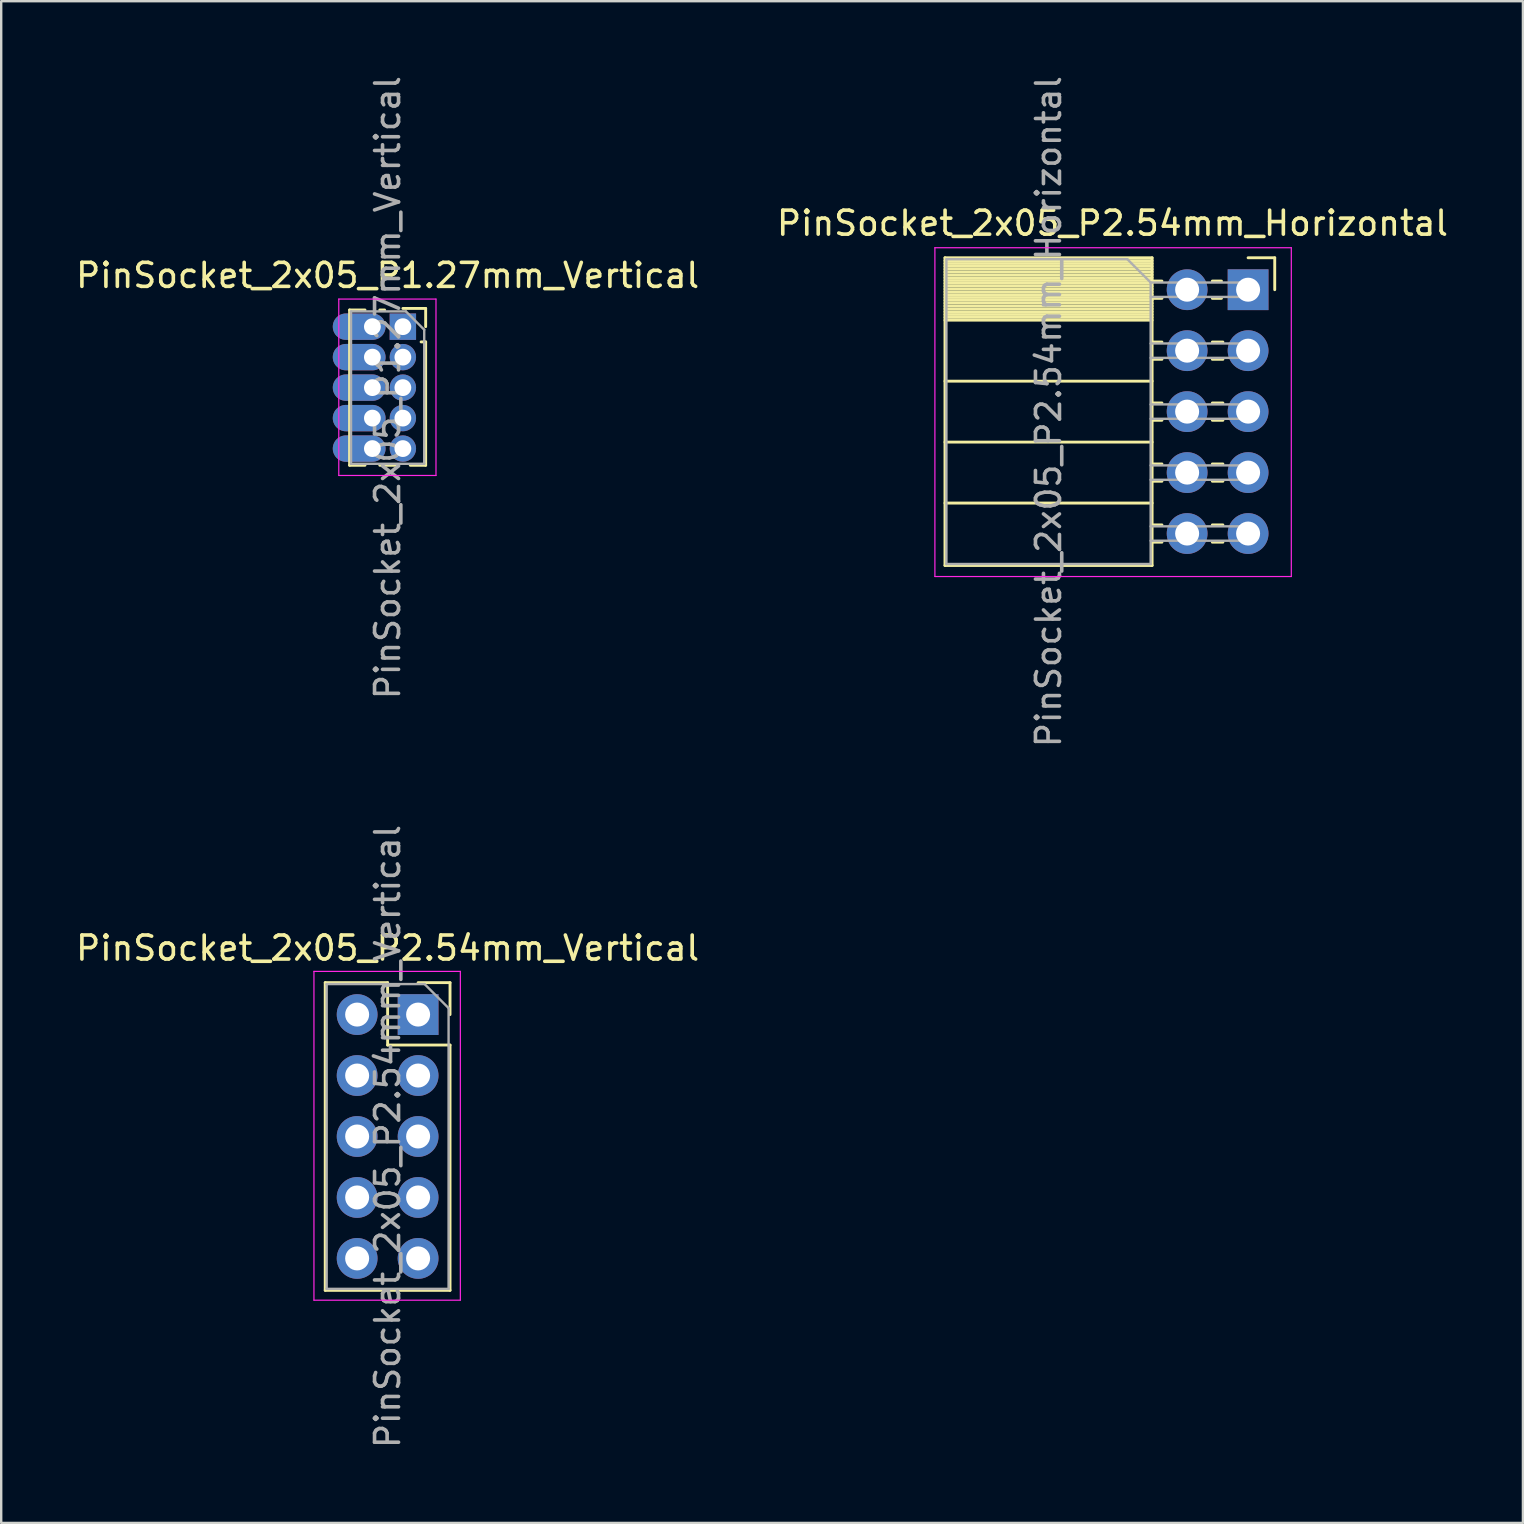
<source format=kicad_pcb>
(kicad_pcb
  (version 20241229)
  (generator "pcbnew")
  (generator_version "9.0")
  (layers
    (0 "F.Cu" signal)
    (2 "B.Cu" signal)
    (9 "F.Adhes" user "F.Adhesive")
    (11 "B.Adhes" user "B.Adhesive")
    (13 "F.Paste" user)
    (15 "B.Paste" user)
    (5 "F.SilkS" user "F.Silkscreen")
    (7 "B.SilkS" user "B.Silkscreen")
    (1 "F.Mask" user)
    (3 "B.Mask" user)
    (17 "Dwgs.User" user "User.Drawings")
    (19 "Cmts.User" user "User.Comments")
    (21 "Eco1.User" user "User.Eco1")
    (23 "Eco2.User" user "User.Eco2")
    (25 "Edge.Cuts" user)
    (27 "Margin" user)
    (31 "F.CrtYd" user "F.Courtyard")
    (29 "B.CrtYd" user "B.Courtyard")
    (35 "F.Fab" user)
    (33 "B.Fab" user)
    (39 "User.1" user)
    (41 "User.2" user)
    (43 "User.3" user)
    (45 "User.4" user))
  (footprint "PinSocket_2x05_P2.54mm_Horizontal"
    (layer "F.Cu")
    (at 48.954 9.021)
    (property "Reference" "PinSocket_2x05_P2.54mm_Horizontal" (at -5.65 -2.77 0) (layer "F.SilkS") (effects (font (size 1 1) (thickness 0.15))))
    (attr through_hole)
    (fp_line (start -12.63 -1.33) (end -12.63 11.49) (stroke (width 0.12) (type solid)) (layer "F.SilkS"))
    (fp_line (start -12.63 -1.33) (end -4 -1.33) (stroke (width 0.12) (type solid)) (layer "F.SilkS"))
    (fp_line (start -12.63 -1.21) (end -4 -1.21) (stroke (width 0.12) (type solid)) (layer "F.SilkS"))
    (fp_line (start -12.63 -1.092) (end -4 -1.092) (stroke (width 0.12) (type solid)) (layer "F.SilkS"))
    (fp_line (start -12.63 -0.974) (end -4 -0.974) (stroke (width 0.12) (type solid)) (layer "F.SilkS"))
    (fp_line (start -12.63 -0.856) (end -4 -0.856) (stroke (width 0.12) (type solid)) (layer "F.SilkS"))
    (fp_line (start -12.63 -0.738) (end -4 -0.738) (stroke (width 0.12) (type solid)) (layer "F.SilkS"))
    (fp_line (start -12.63 -0.62) (end -4 -0.62) (stroke (width 0.12) (type solid)) (layer "F.SilkS"))
    (fp_line (start -12.63 -0.501) (end -4 -0.501) (stroke (width 0.12) (type solid)) (layer "F.SilkS"))
    (fp_line (start -12.63 -0.383) (end -4 -0.383) (stroke (width 0.12) (type solid)) (layer "F.SilkS"))
    (fp_line (start -12.63 -0.265) (end -4 -0.265) (stroke (width 0.12) (type solid)) (layer "F.SilkS"))
    (fp_line (start -12.63 -0.147) (end -4 -0.147) (stroke (width 0.12) (type solid)) (layer "F.SilkS"))
    (fp_line (start -12.63 -0.029) (end -4 -0.029) (stroke (width 0.12) (type solid)) (layer "F.SilkS"))
    (fp_line (start -12.63 0.089) (end -4 0.089) (stroke (width 0.12) (type solid)) (layer "F.SilkS"))
    (fp_line (start -12.63 0.207) (end -4 0.207) (stroke (width 0.12) (type solid)) (layer "F.SilkS"))
    (fp_line (start -12.63 0.325) (end -4 0.325) (stroke (width 0.12) (type solid)) (layer "F.SilkS"))
    (fp_line (start -12.63 0.443) (end -4 0.443) (stroke (width 0.12) (type solid)) (layer "F.SilkS"))
    (fp_line (start -12.63 0.561) (end -4 0.561) (stroke (width 0.12) (type solid)) (layer "F.SilkS"))
    (fp_line (start -12.63 0.68) (end -4 0.68) (stroke (width 0.12) (type solid)) (layer "F.SilkS"))
    (fp_line (start -12.63 0.798) (end -4 0.798) (stroke (width 0.12) (type solid)) (layer "F.SilkS"))
    (fp_line (start -12.63 0.916) (end -4 0.916) (stroke (width 0.12) (type solid)) (layer "F.SilkS"))
    (fp_line (start -12.63 1.034) (end -4 1.034) (stroke (width 0.12) (type solid)) (layer "F.SilkS"))
    (fp_line (start -12.63 1.152) (end -4 1.152) (stroke (width 0.12) (type solid)) (layer "F.SilkS"))
    (fp_line (start -12.63 1.27) (end -4 1.27) (stroke (width 0.12) (type solid)) (layer "F.SilkS"))
    (fp_line (start -12.63 3.81) (end -4 3.81) (stroke (width 0.12) (type solid)) (layer "F.SilkS"))
    (fp_line (start -12.63 6.35) (end -4 6.35) (stroke (width 0.12) (type solid)) (layer "F.SilkS"))
    (fp_line (start -12.63 8.89) (end -4 8.89) (stroke (width 0.12) (type solid)) (layer "F.SilkS"))
    (fp_line (start -12.63 11.49) (end -4 11.49) (stroke (width 0.12) (type solid)) (layer "F.SilkS"))
    (fp_line (start -4 -1.33) (end -4 11.49) (stroke (width 0.12) (type solid)) (layer "F.SilkS"))
    (fp_line (start -4 -0.36) (end -3.59 -0.36) (stroke (width 0.12) (type solid)) (layer "F.SilkS"))
    (fp_line (start -4 0.36) (end -3.59 0.36) (stroke (width 0.12) (type solid)) (layer "F.SilkS"))
    (fp_line (start -4 2.18) (end -3.59 2.18) (stroke (width 0.12) (type solid)) (layer "F.SilkS"))
    (fp_line (start -4 2.9) (end -3.59 2.9) (stroke (width 0.12) (type solid)) (layer "F.SilkS"))
    (fp_line (start -4 4.72) (end -3.59 4.72) (stroke (width 0.12) (type solid)) (layer "F.SilkS"))
    (fp_line (start -4 5.44) (end -3.59 5.44) (stroke (width 0.12) (type solid)) (layer "F.SilkS"))
    (fp_line (start -4 7.26) (end -3.59 7.26) (stroke (width 0.12) (type solid)) (layer "F.SilkS"))
    (fp_line (start -4 7.98) (end -3.59 7.98) (stroke (width 0.12) (type solid)) (layer "F.SilkS"))
    (fp_line (start -4 9.8) (end -3.59 9.8) (stroke (width 0.12) (type solid)) (layer "F.SilkS"))
    (fp_line (start -4 10.52) (end -3.59 10.52) (stroke (width 0.12) (type solid)) (layer "F.SilkS"))
    (fp_line (start -1.49 -0.36) (end -1.11 -0.36) (stroke (width 0.12) (type solid)) (layer "F.SilkS"))
    (fp_line (start -1.49 0.36) (end -1.11 0.36) (stroke (width 0.12) (type solid)) (layer "F.SilkS"))
    (fp_line (start -1.49 2.18) (end -1.05 2.18) (stroke (width 0.12) (type solid)) (layer "F.SilkS"))
    (fp_line (start -1.49 2.9) (end -1.05 2.9) (stroke (width 0.12) (type solid)) (layer "F.SilkS"))
    (fp_line (start -1.49 4.72) (end -1.05 4.72) (stroke (width 0.12) (type solid)) (layer "F.SilkS"))
    (fp_line (start -1.49 5.44) (end -1.05 5.44) (stroke (width 0.12) (type solid)) (layer "F.SilkS"))
    (fp_line (start -1.49 7.26) (end -1.05 7.26) (stroke (width 0.12) (type solid)) (layer "F.SilkS"))
    (fp_line (start -1.49 7.98) (end -1.05 7.98) (stroke (width 0.12) (type solid)) (layer "F.SilkS"))
    (fp_line (start -1.49 9.8) (end -1.05 9.8) (stroke (width 0.12) (type solid)) (layer "F.SilkS"))
    (fp_line (start -1.49 10.52) (end -1.05 10.52) (stroke (width 0.12) (type solid)) (layer "F.SilkS"))
    (fp_line (start 0 -1.33) (end 1.11 -1.33) (stroke (width 0.12) (type solid)) (layer "F.SilkS"))
    (fp_line (start 1.11 -1.33) (end 1.11 0) (stroke (width 0.12) (type solid)) (layer "F.SilkS"))
    (fp_line (start -13.05 -1.75) (end -13.05 11.95) (stroke (width 0.05) (type solid)) (layer "F.CrtYd"))
    (fp_line (start -13.05 11.95) (end 1.8 11.95) (stroke (width 0.05) (type solid)) (layer "F.CrtYd"))
    (fp_line (start 1.8 -1.75) (end -13.05 -1.75) (stroke (width 0.05) (type solid)) (layer "F.CrtYd"))
    (fp_line (start 1.8 11.95) (end 1.8 -1.75) (stroke (width 0.05) (type solid)) (layer "F.CrtYd"))
    (fp_line (start -12.57 -1.27) (end -5.03 -1.27) (stroke (width 0.1) (type solid)) (layer "F.Fab"))
    (fp_line (start -12.57 11.43) (end -12.57 -1.27) (stroke (width 0.1) (type solid)) (layer "F.Fab"))
    (fp_line (start -5.03 -1.27) (end -4.06 -0.3) (stroke (width 0.1) (type solid)) (layer "F.Fab"))
    (fp_line (start -4.06 -0.3) (end -4.06 11.43) (stroke (width 0.1) (type solid)) (layer "F.Fab"))
    (fp_line (start -4.06 0.3) (end 0 0.3) (stroke (width 0.1) (type solid)) (layer "F.Fab"))
    (fp_line (start -4.06 2.84) (end 0 2.84) (stroke (width 0.1) (type solid)) (layer "F.Fab"))
    (fp_line (start -4.06 5.38) (end 0 5.38) (stroke (width 0.1) (type solid)) (layer "F.Fab"))
    (fp_line (start -4.06 7.92) (end 0 7.92) (stroke (width 0.1) (type solid)) (layer "F.Fab"))
    (fp_line (start -4.06 10.46) (end 0 10.46) (stroke (width 0.1) (type solid)) (layer "F.Fab"))
    (fp_line (start -4.06 11.43) (end -12.57 11.43) (stroke (width 0.1) (type solid)) (layer "F.Fab"))
    (fp_line (start 0 -0.3) (end -4.06 -0.3) (stroke (width 0.1) (type solid)) (layer "F.Fab"))
    (fp_line (start 0 0.3) (end 0 -0.3) (stroke (width 0.1) (type solid)) (layer "F.Fab"))
    (fp_line (start 0 2.24) (end -4.06 2.24) (stroke (width 0.1) (type solid)) (layer "F.Fab"))
    (fp_line (start 0 2.84) (end 0 2.24) (stroke (width 0.1) (type solid)) (layer "F.Fab"))
    (fp_line (start 0 4.78) (end -4.06 4.78) (stroke (width 0.1) (type solid)) (layer "F.Fab"))
    (fp_line (start 0 5.38) (end 0 4.78) (stroke (width 0.1) (type solid)) (layer "F.Fab"))
    (fp_line (start 0 7.32) (end -4.06 7.32) (stroke (width 0.1) (type solid)) (layer "F.Fab"))
    (fp_line (start 0 7.92) (end 0 7.32) (stroke (width 0.1) (type solid)) (layer "F.Fab"))
    (fp_line (start 0 9.86) (end -4.06 9.86) (stroke (width 0.1) (type solid)) (layer "F.Fab"))
    (fp_line (start 0 10.46) (end 0 9.86) (stroke (width 0.1) (type solid)) (layer "F.Fab"))
    (fp_text user "${REFERENCE}" (at -8.315 5.08 90) (layer "F.Fab") (effects (font (size 1 1) (thickness 0.15))))
    (pad "1" thru_hole rect (at 0 0) (size 1.7 1.7) (drill 1) (layers "*.Cu" "*.Mask"))
    (pad "2" thru_hole oval (at -2.54 0) (size 1.7 1.7) (drill 1) (layers "*.Cu" "*.Mask"))
    (pad "3" thru_hole oval (at 0 2.54) (size 1.7 1.7) (drill 1) (layers "*.Cu" "*.Mask"))
    (pad "4" thru_hole oval (at -2.54 2.54) (size 1.7 1.7) (drill 1) (layers "*.Cu" "*.Mask"))
    (pad "5" thru_hole oval (at 0 5.08) (size 1.7 1.7) (drill 1) (layers "*.Cu" "*.Mask"))
    (pad "6" thru_hole oval (at -2.54 5.08) (size 1.7 1.7) (drill 1) (layers "*.Cu" "*.Mask"))
    (pad "7" thru_hole oval (at 0 7.62) (size 1.7 1.7) (drill 1) (layers "*.Cu" "*.Mask"))
    (pad "8" thru_hole oval (at -2.54 7.62) (size 1.7 1.7) (drill 1) (layers "*.Cu" "*.Mask"))
    (pad "9" thru_hole oval (at 0 10.16) (size 1.7 1.7) (drill 1) (layers "*.Cu" "*.Mask"))
    (pad "10" thru_hole oval (at -2.54 10.16) (size 1.7 1.7) (drill 1) (layers "*.Cu" "*.Mask")))
  (footprint "PinSocket_2x05_P1.27mm_Vertical"
    (layer "F.Cu")
    (at 13.736 10.561)
    (property "Reference" "PinSocket_2x05_P1.27mm_Vertical" (at -0.635 -2.135 0) (layer "F.SilkS") (effects (font (size 1 1) (thickness 0.15))))
    (attr through_hole)
    (fp_line (start -2.22 -0.695) (end -2.22 5.775) (stroke (width 0.12) (type solid)) (layer "F.SilkS"))
    (fp_line (start -2.22 -0.695) (end -1.578 -0.695) (stroke (width 0.12) (type solid)) (layer "F.SilkS"))
    (fp_line (start -2.22 5.775) (end -1.578 5.775) (stroke (width 0.12) (type solid)) (layer "F.SilkS"))
    (fp_line (start -0.962 -0.695) (end -0.76 -0.695) (stroke (width 0.12) (type solid)) (layer "F.SilkS"))
    (fp_line (start -0.962 5.775) (end -0.308 5.775) (stroke (width 0.12) (type solid)) (layer "F.SilkS"))
    (fp_line (start 0 -0.76) (end 0.95 -0.76) (stroke (width 0.12) (type solid)) (layer "F.SilkS"))
    (fp_line (start 0.308 5.775) (end 0.95 5.775) (stroke (width 0.12) (type solid)) (layer "F.SilkS"))
    (fp_line (start 0.76 0.635) (end 0.95 0.635) (stroke (width 0.12) (type solid)) (layer "F.SilkS"))
    (fp_line (start 0.95 -0.76) (end 0.95 0) (stroke (width 0.12) (type solid)) (layer "F.SilkS"))
    (fp_line (start 0.95 0.635) (end 0.95 5.775) (stroke (width 0.12) (type solid)) (layer "F.SilkS"))
    (fp_line (start -2.67 -1.15) (end 1.38 -1.15) (stroke (width 0.05) (type solid)) (layer "F.CrtYd"))
    (fp_line (start -2.67 6.2) (end -2.67 -1.15) (stroke (width 0.05) (type solid)) (layer "F.CrtYd"))
    (fp_line (start 1.38 -1.15) (end 1.38 6.2) (stroke (width 0.05) (type solid)) (layer "F.CrtYd"))
    (fp_line (start 1.38 6.2) (end -2.67 6.2) (stroke (width 0.05) (type solid)) (layer "F.CrtYd"))
    (fp_line (start -2.16 -0.635) (end 0.128 -0.635) (stroke (width 0.1) (type solid)) (layer "F.Fab"))
    (fp_line (start -2.16 5.715) (end -2.16 -0.635) (stroke (width 0.1) (type solid)) (layer "F.Fab"))
    (fp_line (start 0.128 -0.635) (end 0.89 0.128) (stroke (width 0.1) (type solid)) (layer "F.Fab"))
    (fp_line (start 0.89 0.128) (end 0.89 5.715) (stroke (width 0.1) (type solid)) (layer "F.Fab"))
    (fp_line (start 0.89 5.715) (end -2.16 5.715) (stroke (width 0.1) (type solid)) (layer "F.Fab"))
    (fp_text user "${REFERENCE}" (at -0.635 2.54 90) (layer "F.Fab") (effects (font (size 1 1) (thickness 0.15))))
    (pad "1" thru_hole rect (at 0 0) (size 1.1 1.1) (drill 0.7) (layers "*.Cu" "*.Mask"))
    (pad "2" thru_hole oval (at -1.27 0) (size 2.2 1.1) (drill 0.7 (offset -0.55 0)) (layers "*.Cu" "*.Mask"))
    (pad "3" thru_hole circle (at 0 1.27) (size 1.1 1.1) (drill 0.7) (layers "*.Cu" "*.Mask"))
    (pad "4" thru_hole oval (at -1.27 1.27) (size 2.2 1.1) (drill 0.7 (offset -0.55 0)) (layers "*.Cu" "*.Mask"))
    (pad "5" thru_hole circle (at 0 2.54) (size 1.1 1.1) (drill 0.7) (layers "*.Cu" "*.Mask"))
    (pad "6" thru_hole oval (at -1.27 2.54) (size 2.2 1.1) (drill 0.7 (offset -0.55 0)) (layers "*.Cu" "*.Mask"))
    (pad "7" thru_hole circle (at 0 3.81) (size 1.1 1.1) (drill 0.7) (layers "*.Cu" "*.Mask"))
    (pad "8" thru_hole oval (at -1.27 3.81) (size 2.2 1.1) (drill 0.7 (offset -0.55 0)) (layers "*.Cu" "*.Mask"))
    (pad "9" thru_hole circle (at 0 5.08) (size 1.1 1.1) (drill 0.7) (layers "*.Cu" "*.Mask"))
    (pad "10" thru_hole oval (at -1.27 5.08) (size 2.2 1.1) (drill 0.7 (offset -0.55 0)) (layers "*.Cu" "*.Mask")))
  (footprint "PinSocket_2x05_P2.54mm_Vertical"
    (layer "F.Cu")
    (at 14.371 39.224)
    (property "Reference" "PinSocket_2x05_P2.54mm_Vertical" (at -1.27 -2.77 0) (layer "F.SilkS") (effects (font (size 1 1) (thickness 0.15))))
    (attr through_hole)
    (fp_line (start -3.87 -1.33) (end -3.87 11.49) (stroke (width 0.12) (type solid)) (layer "F.SilkS"))
    (fp_line (start -3.87 -1.33) (end -1.27 -1.33) (stroke (width 0.12) (type solid)) (layer "F.SilkS"))
    (fp_line (start -3.87 11.49) (end 1.33 11.49) (stroke (width 0.12) (type solid)) (layer "F.SilkS"))
    (fp_line (start -1.27 -1.33) (end -1.27 1.27) (stroke (width 0.12) (type solid)) (layer "F.SilkS"))
    (fp_line (start -1.27 1.27) (end 1.33 1.27) (stroke (width 0.12) (type solid)) (layer "F.SilkS"))
    (fp_line (start 0 -1.33) (end 1.33 -1.33) (stroke (width 0.12) (type solid)) (layer "F.SilkS"))
    (fp_line (start 1.33 -1.33) (end 1.33 0) (stroke (width 0.12) (type solid)) (layer "F.SilkS"))
    (fp_line (start 1.33 1.27) (end 1.33 11.49) (stroke (width 0.12) (type solid)) (layer "F.SilkS"))
    (fp_line (start -4.34 -1.8) (end 1.76 -1.8) (stroke (width 0.05) (type solid)) (layer "F.CrtYd"))
    (fp_line (start -4.34 11.9) (end -4.34 -1.8) (stroke (width 0.05) (type solid)) (layer "F.CrtYd"))
    (fp_line (start 1.76 -1.8) (end 1.76 11.9) (stroke (width 0.05) (type solid)) (layer "F.CrtYd"))
    (fp_line (start 1.76 11.9) (end -4.34 11.9) (stroke (width 0.05) (type solid)) (layer "F.CrtYd"))
    (fp_line (start -3.81 -1.27) (end 0.27 -1.27) (stroke (width 0.1) (type solid)) (layer "F.Fab"))
    (fp_line (start -3.81 11.43) (end -3.81 -1.27) (stroke (width 0.1) (type solid)) (layer "F.Fab"))
    (fp_line (start 0.27 -1.27) (end 1.27 -0.27) (stroke (width 0.1) (type solid)) (layer "F.Fab"))
    (fp_line (start 1.27 -0.27) (end 1.27 11.43) (stroke (width 0.1) (type solid)) (layer "F.Fab"))
    (fp_line (start 1.27 11.43) (end -3.81 11.43) (stroke (width 0.1) (type solid)) (layer "F.Fab"))
    (fp_text user "${REFERENCE}" (at -1.27 5.08 90) (layer "F.Fab") (effects (font (size 1 1) (thickness 0.15))))
    (pad "1" thru_hole rect (at 0 0) (size 1.7 1.7) (drill 1) (layers "*.Cu" "*.Mask"))
    (pad "2" thru_hole oval (at -2.54 0) (size 1.7 1.7) (drill 1) (layers "*.Cu" "*.Mask"))
    (pad "3" thru_hole oval (at 0 2.54) (size 1.7 1.7) (drill 1) (layers "*.Cu" "*.Mask"))
    (pad "4" thru_hole oval (at -2.54 2.54) (size 1.7 1.7) (drill 1) (layers "*.Cu" "*.Mask"))
    (pad "5" thru_hole oval (at 0 5.08) (size 1.7 1.7) (drill 1) (layers "*.Cu" "*.Mask"))
    (pad "6" thru_hole oval (at -2.54 5.08) (size 1.7 1.7) (drill 1) (layers "*.Cu" "*.Mask"))
    (pad "7" thru_hole oval (at 0 7.62) (size 1.7 1.7) (drill 1) (layers "*.Cu" "*.Mask"))
    (pad "8" thru_hole oval (at -2.54 7.62) (size 1.7 1.7) (drill 1) (layers "*.Cu" "*.Mask"))
    (pad "9" thru_hole oval (at 0 10.16) (size 1.7 1.7) (drill 1) (layers "*.Cu" "*.Mask"))
    (pad "10" thru_hole oval (at -2.54 10.16) (size 1.7 1.7) (drill 1) (layers "*.Cu" "*.Mask")))
  (gr_rect
    (start -3 -3)
    (end 60.405 60.405)
    (stroke (width 0.1) (type default))
    (fill no)
    (layer "Edge.Cuts")))
</source>
